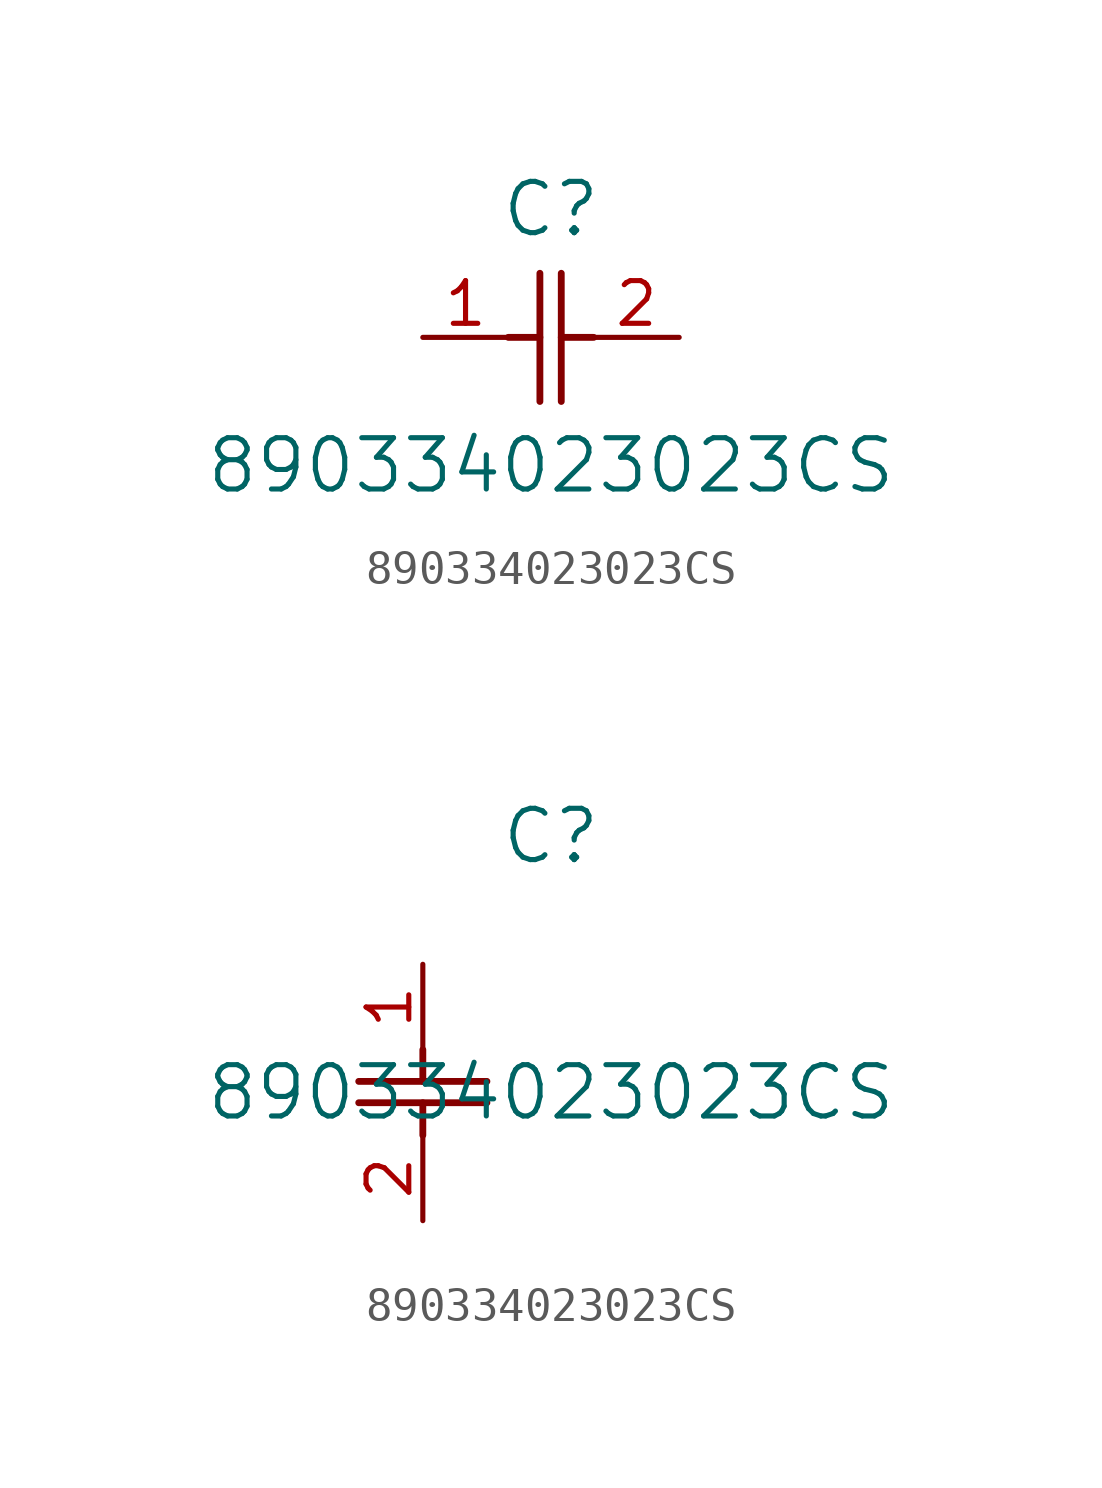
<source format=kicad_sym>
(kicad_symbol_lib
  (version 20211014)
  (generator kicad_symbol_editor)
  (symbol "890334023023CS"
    (pin_names
      (offset 0.254))
    (property "Reference" "C"
      (at 3.81 3.81 0)
      (effects (font (size 1.524 1.524))))
    (property "Value" "890334023023CS"
      (at 3.81 -3.81 0)
      (effects (font (size 1.524 1.524))))
    (symbol "890334023023CS_1_1"
      (polyline (pts (xy 3.48 -1.905) (xy 3.48 1.905)) (stroke (width 0.203) (type default) (color 0 0 0 0)) (fill (type none)))
      (polyline (pts (xy 4.115 -1.905) (xy 4.115 1.905)) (stroke (width 0.203) (type default) (color 0 0 0 0)) (fill (type none)))
      (polyline (pts (xy 4.115 0) (xy 5.08 0)) (stroke (width 0.203) (type default) (color 0 0 0 0)) (fill (type none)))
      (polyline (pts (xy 2.54 0) (xy 3.48 0)) (stroke (width 0.203) (type default) (color 0 0 0 0)) (fill (type none)))
      (pin unspecified line (at 0 0 0) (length 2.54) (name "" (effects (font (size 1.27 1.27)))) (number "1" (effects (font (size 1.27 1.27)))))
      (pin unspecified line (at 7.62 0 180) (length 2.54) (name "" (effects (font (size 1.27 1.27)))) (number "2" (effects (font (size 1.27 1.27))))))
    (symbol "890334023023CS_1_2"
      (polyline (pts (xy -1.905 -3.48) (xy 1.905 -3.48)) (stroke (width 0.203) (type default) (color 0 0 0 0)) (fill (type none)))
      (polyline (pts (xy -1.905 -4.115) (xy 1.905 -4.115)) (stroke (width 0.203) (type default) (color 0 0 0 0)) (fill (type none)))
      (polyline (pts (xy 0 -4.115) (xy 0 -5.08)) (stroke (width 0.203) (type default) (color 0 0 0 0)) (fill (type none)))
      (polyline (pts (xy 0 -2.54) (xy 0 -3.48)) (stroke (width 0.203) (type default) (color 0 0 0 0)) (fill (type none)))
      (pin unspecified line (at 0 0 270) (length 2.54) (name "" (effects (font (size 1.27 1.27)))) (number "1" (effects (font (size 1.27 1.27)))))
      (pin unspecified line (at 0 -7.62 90) (length 2.54) (name "" (effects (font (size 1.27 1.27)))) (number "2" (effects (font (size 1.27 1.27))))))))
</source>
